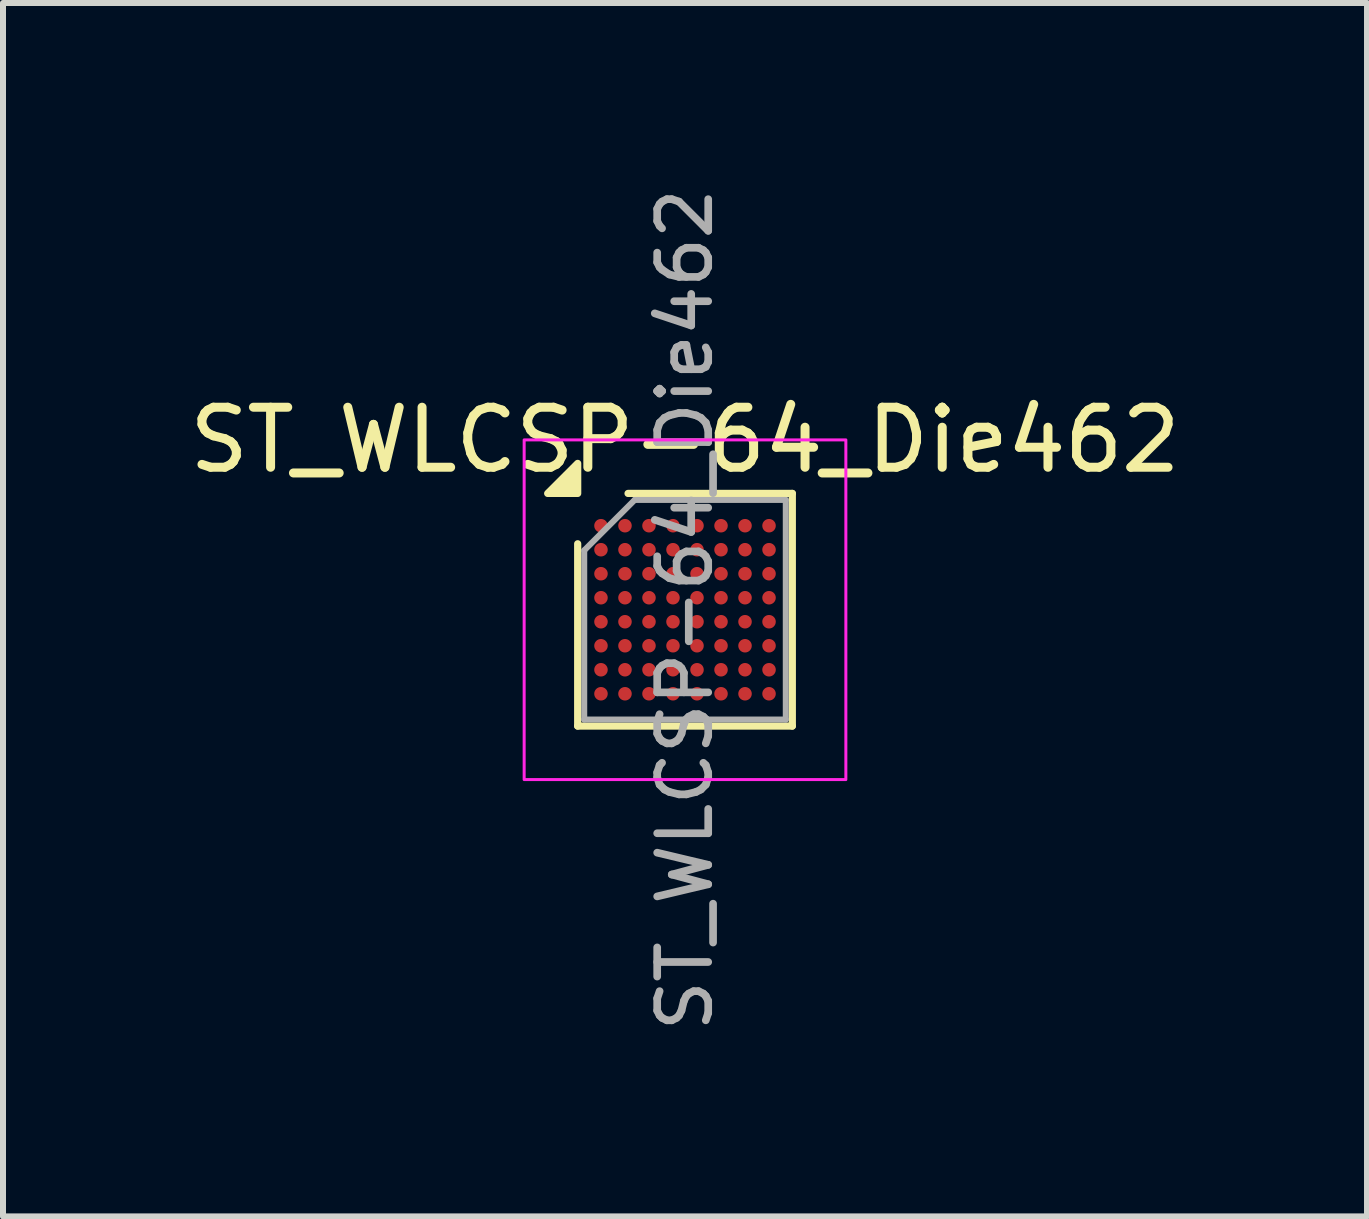
<source format=kicad_pcb>
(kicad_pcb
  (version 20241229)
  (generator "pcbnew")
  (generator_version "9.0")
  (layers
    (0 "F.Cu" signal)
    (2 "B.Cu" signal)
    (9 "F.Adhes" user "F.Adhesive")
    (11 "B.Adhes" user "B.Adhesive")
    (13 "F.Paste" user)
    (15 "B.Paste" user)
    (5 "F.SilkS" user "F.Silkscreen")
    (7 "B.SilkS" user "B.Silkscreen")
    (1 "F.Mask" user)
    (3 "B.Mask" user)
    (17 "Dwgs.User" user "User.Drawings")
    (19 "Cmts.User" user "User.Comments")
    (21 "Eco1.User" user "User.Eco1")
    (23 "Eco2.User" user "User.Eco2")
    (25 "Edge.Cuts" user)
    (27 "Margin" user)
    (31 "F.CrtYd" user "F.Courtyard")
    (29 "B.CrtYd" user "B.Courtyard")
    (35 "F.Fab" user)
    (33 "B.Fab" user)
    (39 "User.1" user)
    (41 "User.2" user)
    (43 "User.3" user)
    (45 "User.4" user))
  (footprint "ST_WLCSP-64_Die462"
    (layer "F.Cu")
    (at 8.363 7.109)
    (property "Reference" "ST_WLCSP-64_Die462" (at 0 -2.829 0) (layer "F.SilkS") (effects (font (size 1 1) (thickness 0.15))))
    (attr smd)
    (fp_line (start -1.788 1.938) (end -1.788 -1.099) (stroke (width 0.12) (type solid)) (layer "F.SilkS"))
    (fp_line (start -0.949 -1.938) (end 1.788 -1.938) (stroke (width 0.12) (type solid)) (layer "F.SilkS"))
    (fp_line (start 1.788 -1.938) (end 1.788 1.938) (stroke (width 0.12) (type solid)) (layer "F.SilkS"))
    (fp_line (start 1.788 1.938) (end -1.788 1.938) (stroke (width 0.12) (type solid)) (layer "F.SilkS"))
    (fp_poly (pts (xy -1.788 -1.938) (xy -2.288 -1.938) (xy -1.788 -2.438)) (stroke (width 0.12) (type solid)) (fill yes) (layer "F.SilkS"))
    (fp_rect (start -2.68 -2.83) (end 2.68 2.83) (stroke (width 0.05) (type solid)) (fill no) (layer "F.CrtYd"))
    (fp_line (start -1.679 -0.989) (end -0.839 -1.829) (stroke (width 0.1) (type solid)) (layer "F.Fab"))
    (fp_line (start -1.679 1.829) (end -1.679 -0.989) (stroke (width 0.1) (type solid)) (layer "F.Fab"))
    (fp_line (start -0.839 -1.829) (end 1.679 -1.829) (stroke (width 0.1) (type solid)) (layer "F.Fab"))
    (fp_line (start 1.679 -1.829) (end 1.679 1.829) (stroke (width 0.1) (type solid)) (layer "F.Fab"))
    (fp_line (start 1.679 1.829) (end -1.679 1.829) (stroke (width 0.1) (type solid)) (layer "F.Fab"))
    (fp_text user "${REFERENCE}" (at 0 0 270) (layer "F.Fab") (effects (font (size 0.85 0.85) (thickness 0.128))))
    (pad "A1" smd circle (at -1.4 -1.4) (size 0.225 0.225) (property pad_prop_bga) (layers "F.Cu" "F.Mask" "F.Paste"))
    (pad "A2" smd circle (at -1 -1.4) (size 0.225 0.225) (property pad_prop_bga) (layers "F.Cu" "F.Mask" "F.Paste"))
    (pad "A3" smd circle (at -0.6 -1.4) (size 0.225 0.225) (property pad_prop_bga) (layers "F.Cu" "F.Mask" "F.Paste"))
    (pad "A4" smd circle (at -0.2 -1.4) (size 0.225 0.225) (property pad_prop_bga) (layers "F.Cu" "F.Mask" "F.Paste"))
    (pad "A5" smd circle (at 0.2 -1.4) (size 0.225 0.225) (property pad_prop_bga) (layers "F.Cu" "F.Mask" "F.Paste"))
    (pad "A6" smd circle (at 0.6 -1.4) (size 0.225 0.225) (property pad_prop_bga) (layers "F.Cu" "F.Mask" "F.Paste"))
    (pad "A7" smd circle (at 1 -1.4) (size 0.225 0.225) (property pad_prop_bga) (layers "F.Cu" "F.Mask" "F.Paste"))
    (pad "A8" smd circle (at 1.4 -1.4) (size 0.225 0.225) (property pad_prop_bga) (layers "F.Cu" "F.Mask" "F.Paste"))
    (pad "B1" smd circle (at -1.4 -1) (size 0.225 0.225) (property pad_prop_bga) (layers "F.Cu" "F.Mask" "F.Paste"))
    (pad "B2" smd circle (at -1 -1) (size 0.225 0.225) (property pad_prop_bga) (layers "F.Cu" "F.Mask" "F.Paste"))
    (pad "B3" smd circle (at -0.6 -1) (size 0.225 0.225) (property pad_prop_bga) (layers "F.Cu" "F.Mask" "F.Paste"))
    (pad "B4" smd circle (at -0.2 -1) (size 0.225 0.225) (property pad_prop_bga) (layers "F.Cu" "F.Mask" "F.Paste"))
    (pad "B5" smd circle (at 0.2 -1) (size 0.225 0.225) (property pad_prop_bga) (layers "F.Cu" "F.Mask" "F.Paste"))
    (pad "B6" smd circle (at 0.6 -1) (size 0.225 0.225) (property pad_prop_bga) (layers "F.Cu" "F.Mask" "F.Paste"))
    (pad "B7" smd circle (at 1 -1) (size 0.225 0.225) (property pad_prop_bga) (layers "F.Cu" "F.Mask" "F.Paste"))
    (pad "B8" smd circle (at 1.4 -1) (size 0.225 0.225) (property pad_prop_bga) (layers "F.Cu" "F.Mask" "F.Paste"))
    (pad "C1" smd circle (at -1.4 -0.6) (size 0.225 0.225) (property pad_prop_bga) (layers "F.Cu" "F.Mask" "F.Paste"))
    (pad "C2" smd circle (at -1 -0.6) (size 0.225 0.225) (property pad_prop_bga) (layers "F.Cu" "F.Mask" "F.Paste"))
    (pad "C3" smd circle (at -0.6 -0.6) (size 0.225 0.225) (property pad_prop_bga) (layers "F.Cu" "F.Mask" "F.Paste"))
    (pad "C4" smd circle (at -0.2 -0.6) (size 0.225 0.225) (property pad_prop_bga) (layers "F.Cu" "F.Mask" "F.Paste"))
    (pad "C5" smd circle (at 0.2 -0.6) (size 0.225 0.225) (property pad_prop_bga) (layers "F.Cu" "F.Mask" "F.Paste"))
    (pad "C6" smd circle (at 0.6 -0.6) (size 0.225 0.225) (property pad_prop_bga) (layers "F.Cu" "F.Mask" "F.Paste"))
    (pad "C7" smd circle (at 1 -0.6) (size 0.225 0.225) (property pad_prop_bga) (layers "F.Cu" "F.Mask" "F.Paste"))
    (pad "C8" smd circle (at 1.4 -0.6) (size 0.225 0.225) (property pad_prop_bga) (layers "F.Cu" "F.Mask" "F.Paste"))
    (pad "D1" smd circle (at -1.4 -0.2) (size 0.225 0.225) (property pad_prop_bga) (layers "F.Cu" "F.Mask" "F.Paste"))
    (pad "D2" smd circle (at -1 -0.2) (size 0.225 0.225) (property pad_prop_bga) (layers "F.Cu" "F.Mask" "F.Paste"))
    (pad "D3" smd circle (at -0.6 -0.2) (size 0.225 0.225) (property pad_prop_bga) (layers "F.Cu" "F.Mask" "F.Paste"))
    (pad "D4" smd circle (at -0.2 -0.2) (size 0.225 0.225) (property pad_prop_bga) (layers "F.Cu" "F.Mask" "F.Paste"))
    (pad "D5" smd circle (at 0.2 -0.2) (size 0.225 0.225) (property pad_prop_bga) (layers "F.Cu" "F.Mask" "F.Paste"))
    (pad "D6" smd circle (at 0.6 -0.2) (size 0.225 0.225) (property pad_prop_bga) (layers "F.Cu" "F.Mask" "F.Paste"))
    (pad "D7" smd circle (at 1 -0.2) (size 0.225 0.225) (property pad_prop_bga) (layers "F.Cu" "F.Mask" "F.Paste"))
    (pad "D8" smd circle (at 1.4 -0.2) (size 0.225 0.225) (property pad_prop_bga) (layers "F.Cu" "F.Mask" "F.Paste"))
    (pad "E1" smd circle (at -1.4 0.2) (size 0.225 0.225) (property pad_prop_bga) (layers "F.Cu" "F.Mask" "F.Paste"))
    (pad "E2" smd circle (at -1 0.2) (size 0.225 0.225) (property pad_prop_bga) (layers "F.Cu" "F.Mask" "F.Paste"))
    (pad "E3" smd circle (at -0.6 0.2) (size 0.225 0.225) (property pad_prop_bga) (layers "F.Cu" "F.Mask" "F.Paste"))
    (pad "E4" smd circle (at -0.2 0.2) (size 0.225 0.225) (property pad_prop_bga) (layers "F.Cu" "F.Mask" "F.Paste"))
    (pad "E5" smd circle (at 0.2 0.2) (size 0.225 0.225) (property pad_prop_bga) (layers "F.Cu" "F.Mask" "F.Paste"))
    (pad "E6" smd circle (at 0.6 0.2) (size 0.225 0.225) (property pad_prop_bga) (layers "F.Cu" "F.Mask" "F.Paste"))
    (pad "E7" smd circle (at 1 0.2) (size 0.225 0.225) (property pad_prop_bga) (layers "F.Cu" "F.Mask" "F.Paste"))
    (pad "E8" smd circle (at 1.4 0.2) (size 0.225 0.225) (property pad_prop_bga) (layers "F.Cu" "F.Mask" "F.Paste"))
    (pad "F1" smd circle (at -1.4 0.6) (size 0.225 0.225) (property pad_prop_bga) (layers "F.Cu" "F.Mask" "F.Paste"))
    (pad "F2" smd circle (at -1 0.6) (size 0.225 0.225) (property pad_prop_bga) (layers "F.Cu" "F.Mask" "F.Paste"))
    (pad "F3" smd circle (at -0.6 0.6) (size 0.225 0.225) (property pad_prop_bga) (layers "F.Cu" "F.Mask" "F.Paste"))
    (pad "F4" smd circle (at -0.2 0.6) (size 0.225 0.225) (property pad_prop_bga) (layers "F.Cu" "F.Mask" "F.Paste"))
    (pad "F5" smd circle (at 0.2 0.6) (size 0.225 0.225) (property pad_prop_bga) (layers "F.Cu" "F.Mask" "F.Paste"))
    (pad "F6" smd circle (at 0.6 0.6) (size 0.225 0.225) (property pad_prop_bga) (layers "F.Cu" "F.Mask" "F.Paste"))
    (pad "F7" smd circle (at 1 0.6) (size 0.225 0.225) (property pad_prop_bga) (layers "F.Cu" "F.Mask" "F.Paste"))
    (pad "F8" smd circle (at 1.4 0.6) (size 0.225 0.225) (property pad_prop_bga) (layers "F.Cu" "F.Mask" "F.Paste"))
    (pad "G1" smd circle (at -1.4 1) (size 0.225 0.225) (property pad_prop_bga) (layers "F.Cu" "F.Mask" "F.Paste"))
    (pad "G2" smd circle (at -1 1) (size 0.225 0.225) (property pad_prop_bga) (layers "F.Cu" "F.Mask" "F.Paste"))
    (pad "G3" smd circle (at -0.6 1) (size 0.225 0.225) (property pad_prop_bga) (layers "F.Cu" "F.Mask" "F.Paste"))
    (pad "G4" smd circle (at -0.2 1) (size 0.225 0.225) (property pad_prop_bga) (layers "F.Cu" "F.Mask" "F.Paste"))
    (pad "G5" smd circle (at 0.2 1) (size 0.225 0.225) (property pad_prop_bga) (layers "F.Cu" "F.Mask" "F.Paste"))
    (pad "G6" smd circle (at 0.6 1) (size 0.225 0.225) (property pad_prop_bga) (layers "F.Cu" "F.Mask" "F.Paste"))
    (pad "G7" smd circle (at 1 1) (size 0.225 0.225) (property pad_prop_bga) (layers "F.Cu" "F.Mask" "F.Paste"))
    (pad "G8" smd circle (at 1.4 1) (size 0.225 0.225) (property pad_prop_bga) (layers "F.Cu" "F.Mask" "F.Paste"))
    (pad "H1" smd circle (at -1.4 1.4) (size 0.225 0.225) (property pad_prop_bga) (layers "F.Cu" "F.Mask" "F.Paste"))
    (pad "H2" smd circle (at -1 1.4) (size 0.225 0.225) (property pad_prop_bga) (layers "F.Cu" "F.Mask" "F.Paste"))
    (pad "H3" smd circle (at -0.6 1.4) (size 0.225 0.225) (property pad_prop_bga) (layers "F.Cu" "F.Mask" "F.Paste"))
    (pad "H4" smd circle (at -0.2 1.4) (size 0.225 0.225) (property pad_prop_bga) (layers "F.Cu" "F.Mask" "F.Paste"))
    (pad "H5" smd circle (at 0.2 1.4) (size 0.225 0.225) (property pad_prop_bga) (layers "F.Cu" "F.Mask" "F.Paste"))
    (pad "H6" smd circle (at 0.6 1.4) (size 0.225 0.225) (property pad_prop_bga) (layers "F.Cu" "F.Mask" "F.Paste"))
    (pad "H7" smd circle (at 1 1.4) (size 0.225 0.225) (property pad_prop_bga) (layers "F.Cu" "F.Mask" "F.Paste"))
    (pad "H8" smd circle (at 1.4 1.4) (size 0.225 0.225) (property pad_prop_bga) (layers "F.Cu" "F.Mask" "F.Paste")))
  (gr_rect
    (start -3 -3)
    (end 19.726 17.217)
    (stroke (width 0.1) (type default))
    (fill no)
    (layer "Edge.Cuts")))
</source>
